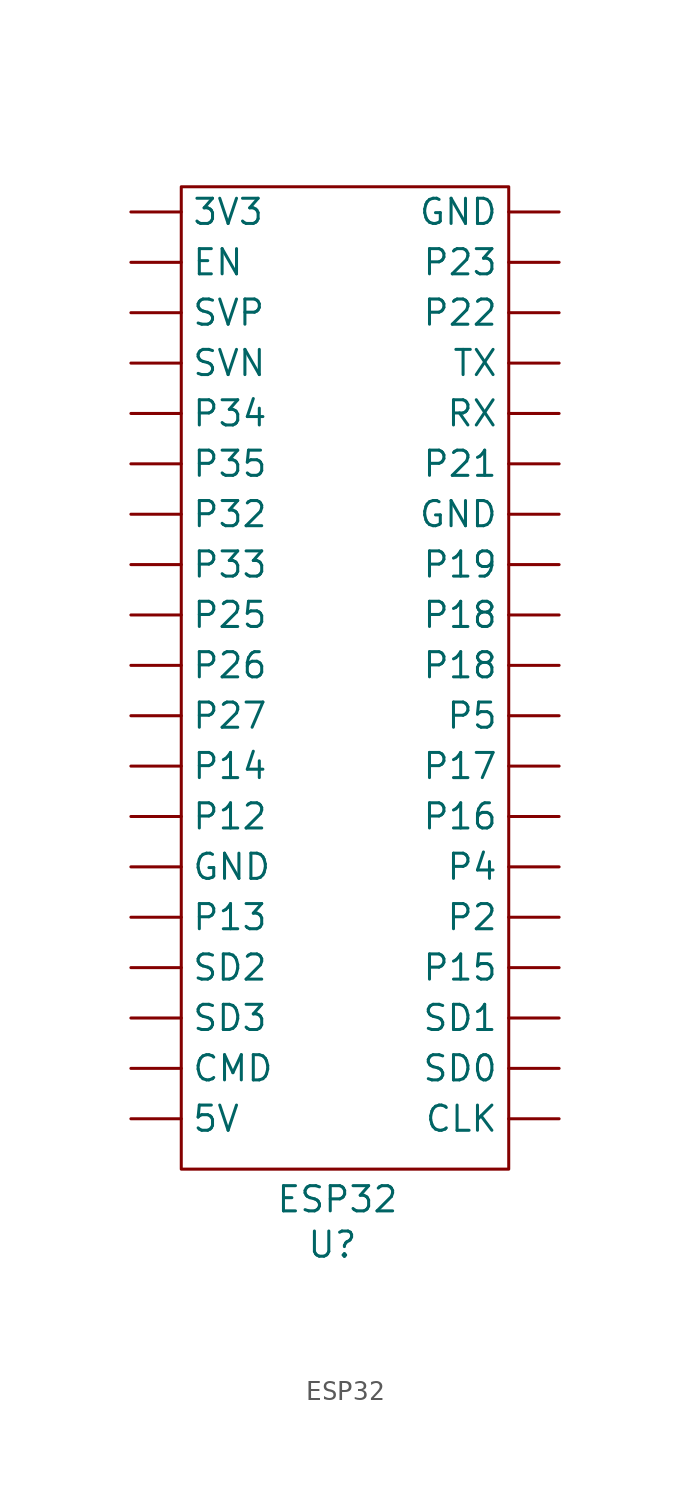
<source format=kicad_sym>
(kicad_symbol_lib
  (version 20231120)
  (generator "kicad_symbol_editor")
  (generator_version "8.0")
  (symbol "ESP32"
    (property "Reference" "U"
      (at -1.27 -27.94 0)
      (effects (font (size 1.27 1.27))))
    (property "Value" "ESP32"
      (at -1.016 -25.654 0)
      (effects (font (size 1.27 1.27))))
    (symbol "ESP32_0_1"
      (rectangle (start 7.62 -24.13) (end -8.89 25.4) (stroke (width 0) (type default)) (fill (type none))))
    (symbol "ESP32_1_1"
      (pin input line (at -11.43 24.13 0) (length 2.54) (name "3V3" (effects (font (size 1.27 1.27)))) (number "" (effects (font (size 1.27 1.27)))))
      (pin input line (at -11.43 -21.59 0) (length 2.54) (name "5V" (effects (font (size 1.27 1.27)))) (number "" (effects (font (size 1.27 1.27)))))
      (pin input line (at 10.16 -21.59 180) (length 2.54) (name "CLK" (effects (font (size 1.27 1.27)))) (number "" (effects (font (size 1.27 1.27)))))
      (pin input line (at -11.43 -19.05 0) (length 2.54) (name "CMD" (effects (font (size 1.27 1.27)))) (number "" (effects (font (size 1.27 1.27)))))
      (pin input line (at -11.43 21.59 0) (length 2.54) (name "EN" (effects (font (size 1.27 1.27)))) (number "" (effects (font (size 1.27 1.27)))))
      (pin input line (at -11.43 -8.89 0) (length 2.54) (name "GND" (effects (font (size 1.27 1.27)))) (number "" (effects (font (size 1.27 1.27)))))
      (pin input line (at 10.16 8.89 180) (length 2.54) (name "GND" (effects (font (size 1.27 1.27)))) (number "" (effects (font (size 1.27 1.27)))))
      (pin input line (at 10.16 24.13 180) (length 2.54) (name "GND" (effects (font (size 1.27 1.27)))) (number "" (effects (font (size 1.27 1.27)))))
      (pin input line (at -11.43 -6.35 0) (length 2.54) (name "P12" (effects (font (size 1.27 1.27)))) (number "" (effects (font (size 1.27 1.27)))))
      (pin input line (at -11.43 -11.43 0) (length 2.54) (name "P13" (effects (font (size 1.27 1.27)))) (number "" (effects (font (size 1.27 1.27)))))
      (pin input line (at -11.43 -3.81 0) (length 2.54) (name "P14" (effects (font (size 1.27 1.27)))) (number "" (effects (font (size 1.27 1.27)))))
      (pin input line (at 10.16 -13.97 180) (length 2.54) (name "P15" (effects (font (size 1.27 1.27)))) (number "" (effects (font (size 1.27 1.27)))))
      (pin input line (at 10.16 -6.35 180) (length 2.54) (name "P16" (effects (font (size 1.27 1.27)))) (number "" (effects (font (size 1.27 1.27)))))
      (pin input line (at 10.16 -3.81 180) (length 2.54) (name "P17" (effects (font (size 1.27 1.27)))) (number "" (effects (font (size 1.27 1.27)))))
      (pin input line (at 10.16 1.27 180) (length 2.54) (name "P18" (effects (font (size 1.27 1.27)))) (number "" (effects (font (size 1.27 1.27)))))
      (pin input line (at 10.16 3.81 180) (length 2.54) (name "P18" (effects (font (size 1.27 1.27)))) (number "" (effects (font (size 1.27 1.27)))))
      (pin input line (at 10.16 6.35 180) (length 2.54) (name "P19" (effects (font (size 1.27 1.27)))) (number "" (effects (font (size 1.27 1.27)))))
      (pin input line (at 10.16 -11.43 180) (length 2.54) (name "P2" (effects (font (size 1.27 1.27)))) (number "" (effects (font (size 1.27 1.27)))))
      (pin input line (at 10.16 11.43 180) (length 2.54) (name "P21" (effects (font (size 1.27 1.27)))) (number "" (effects (font (size 1.27 1.27)))))
      (pin input line (at 10.16 19.05 180) (length 2.54) (name "P22" (effects (font (size 1.27 1.27)))) (number "" (effects (font (size 1.27 1.27)))))
      (pin input line (at 10.16 21.59 180) (length 2.54) (name "P23" (effects (font (size 1.27 1.27)))) (number "" (effects (font (size 1.27 1.27)))))
      (pin input line (at -11.43 3.81 0) (length 2.54) (name "P25" (effects (font (size 1.27 1.27)))) (number "" (effects (font (size 1.27 1.27)))))
      (pin input line (at -11.43 1.27 0) (length 2.54) (name "P26" (effects (font (size 1.27 1.27)))) (number "" (effects (font (size 1.27 1.27)))))
      (pin input line (at -11.43 -1.27 0) (length 2.54) (name "P27" (effects (font (size 1.27 1.27)))) (number "" (effects (font (size 1.27 1.27)))))
      (pin input line (at -11.43 8.89 0) (length 2.54) (name "P32" (effects (font (size 1.27 1.27)))) (number "" (effects (font (size 1.27 1.27)))))
      (pin input line (at -11.43 6.35 0) (length 2.54) (name "P33" (effects (font (size 1.27 1.27)))) (number "" (effects (font (size 1.27 1.27)))))
      (pin input line (at -11.43 13.97 0) (length 2.54) (name "P34" (effects (font (size 1.27 1.27)))) (number "" (effects (font (size 1.27 1.27)))))
      (pin input line (at -11.43 11.43 0) (length 2.54) (name "P35" (effects (font (size 1.27 1.27)))) (number "" (effects (font (size 1.27 1.27)))))
      (pin input line (at 10.16 -8.89 180) (length 2.54) (name "P4" (effects (font (size 1.27 1.27)))) (number "" (effects (font (size 1.27 1.27)))))
      (pin input line (at 10.16 -1.27 180) (length 2.54) (name "P5" (effects (font (size 1.27 1.27)))) (number "" (effects (font (size 1.27 1.27)))))
      (pin input line (at 10.16 13.97 180) (length 2.54) (name "RX" (effects (font (size 1.27 1.27)))) (number "" (effects (font (size 1.27 1.27)))))
      (pin input line (at 10.16 -19.05 180) (length 2.54) (name "SD0" (effects (font (size 1.27 1.27)))) (number "" (effects (font (size 1.27 1.27)))))
      (pin input line (at 10.16 -16.51 180) (length 2.54) (name "SD1" (effects (font (size 1.27 1.27)))) (number "" (effects (font (size 1.27 1.27)))))
      (pin input line (at -11.43 -13.97 0) (length 2.54) (name "SD2" (effects (font (size 1.27 1.27)))) (number "" (effects (font (size 1.27 1.27)))))
      (pin input line (at -11.43 -16.51 0) (length 2.54) (name "SD3" (effects (font (size 1.27 1.27)))) (number "" (effects (font (size 1.27 1.27)))))
      (pin input line (at -11.43 16.51 0) (length 2.54) (name "SVN" (effects (font (size 1.27 1.27)))) (number "" (effects (font (size 1.27 1.27)))))
      (pin input line (at -11.43 19.05 0) (length 2.54) (name "SVP" (effects (font (size 1.27 1.27)))) (number "" (effects (font (size 1.27 1.27)))))
      (pin input line (at 10.16 16.51 180) (length 2.54) (name "TX" (effects (font (size 1.27 1.27)))) (number "" (effects (font (size 1.27 1.27))))))))
</source>
